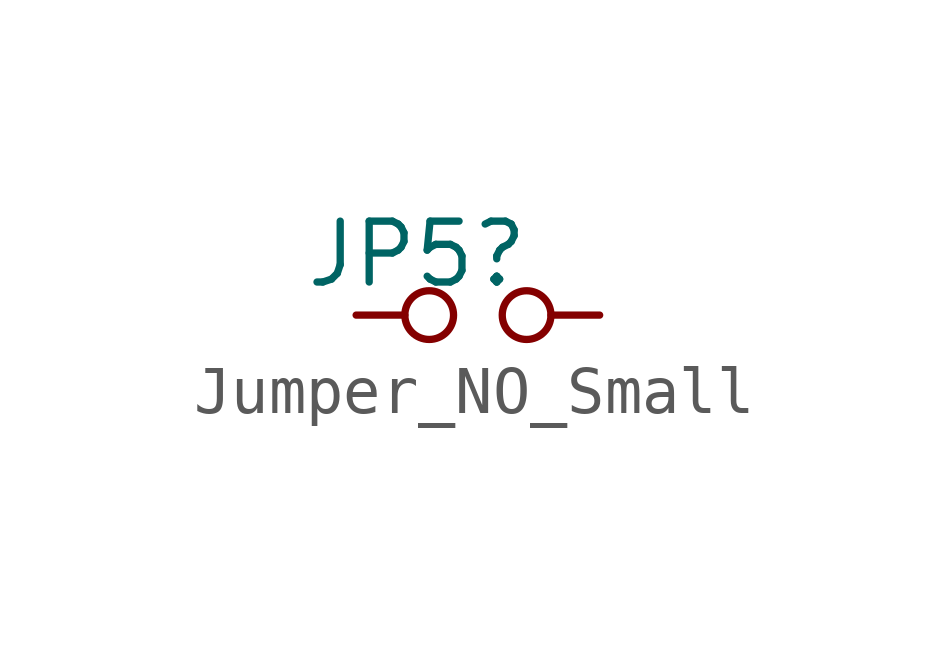
<source format=kicad_sym>
(kicad_symbol_lib
  (version 20211014)
  (generator kicad_symbol_editor)
  (symbol "Jumper_NO_Small"
    (pin_numbers hide)
    (pin_names
      (offset 0.762) hide)
    (property "Reference" "JP5"
      (at -1.27 1.27 0)
      (effects (font (size 1.27 1.27))))
    (symbol "Jumper_NO_Small_0_1"
      (circle (center -1.016 0) (radius 0.508) (stroke (width 0) (type default) (color 0 0 0 0)) (fill (type none)))
      (circle (center 1.016 0) (radius 0.508) (stroke (width 0) (type default) (color 0 0 0 0)) (fill (type none)))
      (pin passive line (at -2.54 0 0) (length 1.016) (name "1" (effects (font (size 1.27 1.27)))) (number "1" (effects (font (size 1.27 1.27)))))
      (pin passive line (at 2.54 0 180) (length 1.016) (name "2" (effects (font (size 1.27 1.27)))) (number "2" (effects (font (size 1.27 1.27))))))))
</source>
